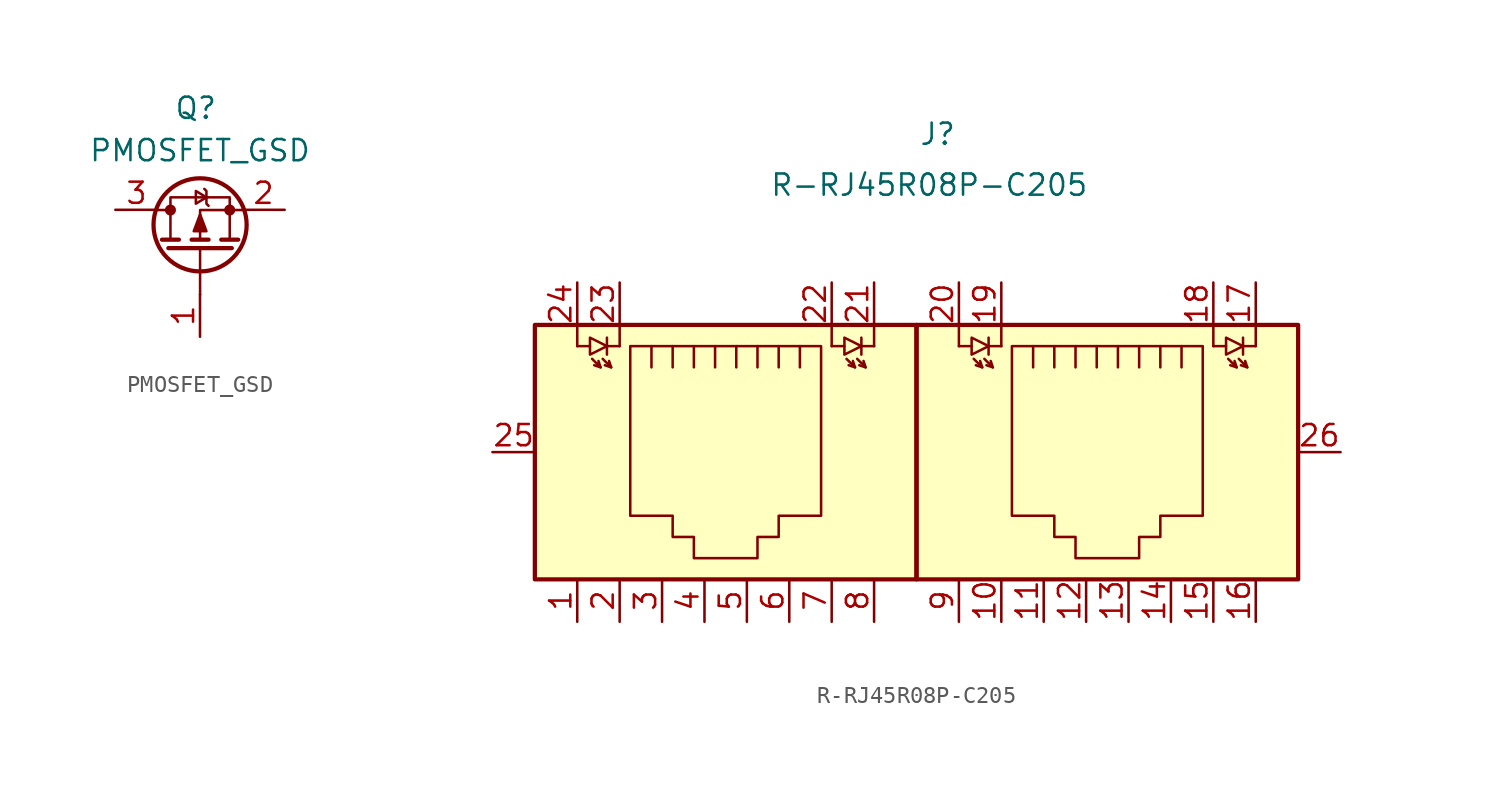
<source format=kicad_sym>
(kicad_symbol_lib
  (version 20241209)
  (generator "kicad_symbol_editor")
  (generator_version "9.0")
  (symbol "PMOSFET_GSD"
    (pin_names
      (hide yes))
    (property "Reference" "Q"
      (at -0.254 4.826 0)
      (effects (font (size 1.27 1.27))))
    (property "Value" "PMOSFET_GSD"
      (at 0 2.286 0)
      (effects (font (size 1.27 1.27))))
    (symbol "PMOSFET_GSD_0_1"
      (polyline (pts (xy -2.535 -1.285) (xy -1.773 -1.285)) (stroke (width 0) (type default)) (fill (type none)))
      (polyline (pts (xy -2.281 -3.063) (xy -1.265 -3.063)) (stroke (width 0.254) (type default)) (fill (type none)))
      (polyline (pts (xy -1.9 -3.571) (xy 1.91 -3.571)) (stroke (width 0.254) (type default)) (fill (type none)))
      (circle (center -1.773 -1.285) (radius 0.254) (stroke (width 0) (type default)) (fill (type outline)))
      (polyline (pts (xy -1.773 -3.063) (xy -1.773 -0.523) (xy 1.783 -0.523) (xy 1.783 -3.063)) (stroke (width 0) (type default)) (fill (type none)))
      (polyline (pts (xy -0.503 -3.063) (xy 0.513 -3.063)) (stroke (width 0.254) (type default)) (fill (type none)))
      (polyline (pts (xy 0.005 -1.539) (xy -0.376 -2.555) (xy 0.386 -2.555) (xy 0.005 -1.539)) (stroke (width 0) (type default)) (fill (type outline)))
      (circle (center 0.005 -2.174) (radius 2.794) (stroke (width 0.254) (type default)) (fill (type none)))
      (polyline (pts (xy 0.005 -3.571) (xy 0.005 -6.365)) (stroke (width 0) (type default)) (fill (type none)))
      (polyline (pts (xy 0.386 -0.523) (xy -0.249 -0.904) (xy -0.249 -0.142) (xy 0.386 -0.523)) (stroke (width 0) (type default)) (fill (type none)))
      (polyline (pts (xy 0.513 -1.031) (xy 0.386 -0.904) (xy 0.386 -0.142) (xy 0.259 -0.015)) (stroke (width 0) (type default)) (fill (type none)))
      (polyline (pts (xy 1.275 -3.063) (xy 2.291 -3.063)) (stroke (width 0.254) (type default)) (fill (type none)))
      (circle (center 1.783 -1.285) (radius 0.254) (stroke (width 0) (type default)) (fill (type outline)))
      (polyline (pts (xy 2.545 -1.285) (xy 0.005 -1.285) (xy 0.005 -3.063)) (stroke (width 0) (type default)) (fill (type none))))
    (symbol "PMOSFET_GSD_1_1"
      (pin passive line (at -5.08 -1.27 0) (length 2.54) (name "D" (effects (font (size 1.27 1.27)))) (number "3" (effects (font (size 1.27 1.27)))))
      (pin input line (at 0 -8.89 90) (length 2.54) (name "G" (effects (font (size 1.27 1.27)))) (number "1" (effects (font (size 1.27 1.27)))))
      (pin passive line (at 5.08 -1.27 180) (length 2.54) (name "S" (effects (font (size 1.27 1.27)))) (number "2" (effects (font (size 1.27 1.27)))))))
  (symbol "R-RJ45R08P-C205"
    (pin_names
      (hide yes))
    (property "Reference" "J"
      (at 0 0 0)
      (effects (font (size 1.27 1.27))))
    (property "Value" "R-RJ45R08P-C205"
      (at -0.508 -3.048 0)
      (effects (font (size 1.27 1.27))))
    (symbol "R-RJ45R08P-C205_0_1"
      (polyline (pts (xy -21.59 -11.43) (xy -21.59 -12.7)) (stroke (width 0) (type default)) (fill (type none)))
      (polyline (pts (xy -21.59 -12.7) (xy -20.828 -12.7)) (stroke (width 0) (type default)) (fill (type none)))
      (polyline (pts (xy -20.701 -13.462) (xy -20.193 -13.97) (xy -20.32 -13.589)) (stroke (width 0) (type default)) (fill (type none)))
      (polyline (pts (xy -20.193 -13.97) (xy -20.574 -13.843)) (stroke (width 0) (type default)) (fill (type none)))
      (polyline (pts (xy -20.066 -13.462) (xy -19.558 -13.97) (xy -19.685 -13.589)) (stroke (width 0) (type default)) (fill (type none)))
      (polyline (pts (xy -19.812 -12.192) (xy -19.812 -13.208)) (stroke (width 0) (type default)) (fill (type none)))
      (polyline (pts (xy -19.812 -12.7) (xy -20.828 -12.192) (xy -20.828 -13.208) (xy -19.812 -12.7)) (stroke (width 0) (type default)) (fill (type none)))
      (polyline (pts (xy -19.558 -13.97) (xy -19.939 -13.843)) (stroke (width 0) (type default)) (fill (type none)))
      (polyline (pts (xy -19.05 -11.43) (xy -19.05 -12.7)) (stroke (width 0) (type default)) (fill (type none)))
      (polyline (pts (xy -19.05 -12.7) (xy -19.812 -12.7)) (stroke (width 0) (type default)) (fill (type none)))
      (polyline (pts (xy -18.415 -12.7) (xy -6.985 -12.7) (xy -6.985 -22.86) (xy -9.525 -22.86) (xy -9.525 -24.13) (xy -10.795 -24.13) (xy -10.795 -25.4) (xy -14.605 -25.4) (xy -14.605 -24.13) (xy -15.875 -24.13) (xy -15.875 -22.86) (xy -18.415 -22.86) (xy -18.415 -12.7) (xy -18.415 -12.7)) (stroke (width 0) (type default)) (fill (type none)))
      (polyline (pts (xy -17.145 -12.7) (xy -17.145 -13.97) (xy -17.145 -13.97)) (stroke (width 0) (type default)) (fill (type none)))
      (polyline (pts (xy -15.875 -12.7) (xy -15.875 -13.97) (xy -15.875 -13.97)) (stroke (width 0) (type default)) (fill (type none)))
      (polyline (pts (xy -14.605 -12.7) (xy -14.605 -13.97) (xy -14.605 -13.97)) (stroke (width 0) (type default)) (fill (type none)))
      (polyline (pts (xy -13.335 -12.7) (xy -13.335 -13.97) (xy -13.335 -13.97)) (stroke (width 0) (type default)) (fill (type none)))
      (polyline (pts (xy -12.065 -12.7) (xy -12.065 -13.97) (xy -12.065 -13.97)) (stroke (width 0) (type default)) (fill (type none)))
      (polyline (pts (xy -10.795 -13.97) (xy -10.795 -12.7) (xy -10.795 -12.7)) (stroke (width 0) (type default)) (fill (type none)))
      (polyline (pts (xy -9.525 -13.97) (xy -9.525 -12.7)) (stroke (width 0) (type default)) (fill (type none)))
      (polyline (pts (xy -8.255 -13.97) (xy -8.255 -12.7)) (stroke (width 0) (type default)) (fill (type none)))
      (polyline (pts (xy -6.35 -11.43) (xy -6.35 -12.7)) (stroke (width 0) (type default)) (fill (type none)))
      (polyline (pts (xy -6.35 -12.7) (xy -5.588 -12.7)) (stroke (width 0) (type default)) (fill (type none)))
      (polyline (pts (xy -5.461 -13.462) (xy -4.953 -13.97) (xy -5.08 -13.589)) (stroke (width 0) (type default)) (fill (type none)))
      (polyline (pts (xy -4.953 -13.97) (xy -5.334 -13.843)) (stroke (width 0) (type default)) (fill (type none)))
      (polyline (pts (xy -4.826 -13.462) (xy -4.318 -13.97) (xy -4.445 -13.589)) (stroke (width 0) (type default)) (fill (type none)))
      (polyline (pts (xy -4.572 -12.192) (xy -4.572 -13.208)) (stroke (width 0) (type default)) (fill (type none)))
      (polyline (pts (xy -4.572 -12.7) (xy -5.588 -12.192) (xy -5.588 -13.208) (xy -4.572 -12.7)) (stroke (width 0) (type default)) (fill (type none)))
      (polyline (pts (xy -4.318 -13.97) (xy -4.699 -13.843)) (stroke (width 0) (type default)) (fill (type none)))
      (polyline (pts (xy -3.81 -11.43) (xy -3.81 -12.7)) (stroke (width 0) (type default)) (fill (type none)))
      (polyline (pts (xy -3.81 -12.7) (xy -4.572 -12.7)) (stroke (width 0) (type default)) (fill (type none)))
      (rectangle (start -1.27 -11.43) (end 21.59 -26.67) (stroke (width 0.254) (type default)) (fill (type background)))
      (rectangle (start -1.27 -26.67) (end -24.13 -11.43) (stroke (width 0.254) (type default)) (fill (type background)))
      (polyline (pts (xy 1.27 -11.43) (xy 1.27 -12.7)) (stroke (width 0) (type default)) (fill (type none)))
      (polyline (pts (xy 1.27 -12.7) (xy 2.032 -12.7)) (stroke (width 0) (type default)) (fill (type none)))
      (polyline (pts (xy 2.159 -13.462) (xy 2.667 -13.97) (xy 2.54 -13.589)) (stroke (width 0) (type default)) (fill (type none)))
      (polyline (pts (xy 2.667 -13.97) (xy 2.286 -13.843)) (stroke (width 0) (type default)) (fill (type none)))
      (polyline (pts (xy 2.794 -13.462) (xy 3.302 -13.97) (xy 3.175 -13.589)) (stroke (width 0) (type default)) (fill (type none)))
      (polyline (pts (xy 3.048 -12.192) (xy 3.048 -13.208)) (stroke (width 0) (type default)) (fill (type none)))
      (polyline (pts (xy 3.048 -12.7) (xy 2.032 -12.192) (xy 2.032 -13.208) (xy 3.048 -12.7)) (stroke (width 0) (type default)) (fill (type none)))
      (polyline (pts (xy 3.302 -13.97) (xy 2.921 -13.843)) (stroke (width 0) (type default)) (fill (type none)))
      (polyline (pts (xy 3.81 -11.43) (xy 3.81 -12.7)) (stroke (width 0) (type default)) (fill (type none)))
      (polyline (pts (xy 3.81 -12.7) (xy 3.048 -12.7)) (stroke (width 0) (type default)) (fill (type none)))
      (polyline (pts (xy 4.445 -12.7) (xy 15.875 -12.7) (xy 15.875 -22.86) (xy 13.335 -22.86) (xy 13.335 -24.13) (xy 12.065 -24.13) (xy 12.065 -25.4) (xy 8.255 -25.4) (xy 8.255 -24.13) (xy 6.985 -24.13) (xy 6.985 -22.86) (xy 4.445 -22.86) (xy 4.445 -12.7) (xy 4.445 -12.7)) (stroke (width 0) (type default)) (fill (type none)))
      (polyline (pts (xy 5.715 -12.7) (xy 5.715 -13.97) (xy 5.715 -13.97)) (stroke (width 0) (type default)) (fill (type none)))
      (polyline (pts (xy 6.985 -12.7) (xy 6.985 -13.97) (xy 6.985 -13.97)) (stroke (width 0) (type default)) (fill (type none)))
      (polyline (pts (xy 8.255 -12.7) (xy 8.255 -13.97) (xy 8.255 -13.97)) (stroke (width 0) (type default)) (fill (type none)))
      (polyline (pts (xy 9.525 -12.7) (xy 9.525 -13.97) (xy 9.525 -13.97)) (stroke (width 0) (type default)) (fill (type none)))
      (polyline (pts (xy 10.795 -12.7) (xy 10.795 -13.97) (xy 10.795 -13.97)) (stroke (width 0) (type default)) (fill (type none)))
      (polyline (pts (xy 12.065 -13.97) (xy 12.065 -12.7) (xy 12.065 -12.7)) (stroke (width 0) (type default)) (fill (type none)))
      (polyline (pts (xy 13.335 -13.97) (xy 13.335 -12.7)) (stroke (width 0) (type default)) (fill (type none)))
      (polyline (pts (xy 14.605 -13.97) (xy 14.605 -12.7)) (stroke (width 0) (type default)) (fill (type none)))
      (polyline (pts (xy 16.51 -11.43) (xy 16.51 -12.7)) (stroke (width 0) (type default)) (fill (type none)))
      (polyline (pts (xy 16.51 -12.7) (xy 17.272 -12.7)) (stroke (width 0) (type default)) (fill (type none)))
      (polyline (pts (xy 17.399 -13.462) (xy 17.907 -13.97) (xy 17.78 -13.589)) (stroke (width 0) (type default)) (fill (type none)))
      (polyline (pts (xy 17.907 -13.97) (xy 17.526 -13.843)) (stroke (width 0) (type default)) (fill (type none)))
      (polyline (pts (xy 18.034 -13.462) (xy 18.542 -13.97) (xy 18.415 -13.589)) (stroke (width 0) (type default)) (fill (type none)))
      (polyline (pts (xy 18.288 -12.192) (xy 18.288 -13.208)) (stroke (width 0) (type default)) (fill (type none)))
      (polyline (pts (xy 18.288 -12.7) (xy 17.272 -12.192) (xy 17.272 -13.208) (xy 18.288 -12.7)) (stroke (width 0) (type default)) (fill (type none)))
      (polyline (pts (xy 18.542 -13.97) (xy 18.161 -13.843)) (stroke (width 0) (type default)) (fill (type none)))
      (polyline (pts (xy 19.05 -11.43) (xy 19.05 -12.7)) (stroke (width 0) (type default)) (fill (type none)))
      (polyline (pts (xy 19.05 -12.7) (xy 18.288 -12.7)) (stroke (width 0) (type default)) (fill (type none))))
    (symbol "R-RJ45R08P-C205_1_1"
      (pin input line (at -26.67 -19.05 0) (length 2.54) (name "pin25" (effects (font (size 1.27 1.27)))) (number "25" (effects (font (size 1.27 1.27)))))
      (pin input line (at -21.59 -8.89 270) (length 2.54) (name "pin24" (effects (font (size 1.27 1.27)))) (number "24" (effects (font (size 1.27 1.27)))))
      (pin input line (at -21.59 -29.21 90) (length 2.54) (name "pin1" (effects (font (size 1.27 1.27)))) (number "1" (effects (font (size 1.27 1.27)))))
      (pin input line (at -19.05 -8.89 270) (length 2.54) (name "pin23" (effects (font (size 1.27 1.27)))) (number "23" (effects (font (size 1.27 1.27)))))
      (pin input line (at -19.05 -29.21 90) (length 2.54) (name "pin2" (effects (font (size 1.27 1.27)))) (number "2" (effects (font (size 1.27 1.27)))))
      (pin input line (at -16.51 -29.21 90) (length 2.54) (name "pin3" (effects (font (size 1.27 1.27)))) (number "3" (effects (font (size 1.27 1.27)))))
      (pin input line (at -13.97 -29.21 90) (length 2.54) (name "pin4" (effects (font (size 1.27 1.27)))) (number "4" (effects (font (size 1.27 1.27)))))
      (pin input line (at -11.43 -29.21 90) (length 2.54) (name "pin5" (effects (font (size 1.27 1.27)))) (number "5" (effects (font (size 1.27 1.27)))))
      (pin input line (at -8.89 -29.21 90) (length 2.54) (name "pin6" (effects (font (size 1.27 1.27)))) (number "6" (effects (font (size 1.27 1.27)))))
      (pin input line (at -6.35 -8.89 270) (length 2.54) (name "pin22" (effects (font (size 1.27 1.27)))) (number "22" (effects (font (size 1.27 1.27)))))
      (pin input line (at -6.35 -29.21 90) (length 2.54) (name "pin7" (effects (font (size 1.27 1.27)))) (number "7" (effects (font (size 1.27 1.27)))))
      (pin input line (at -3.81 -8.89 270) (length 2.54) (name "pin21" (effects (font (size 1.27 1.27)))) (number "21" (effects (font (size 1.27 1.27)))))
      (pin input line (at -3.81 -29.21 90) (length 2.54) (name "pin8" (effects (font (size 1.27 1.27)))) (number "8" (effects (font (size 1.27 1.27)))))
      (pin input line (at 1.27 -8.89 270) (length 2.54) (name "pin20" (effects (font (size 1.27 1.27)))) (number "20" (effects (font (size 1.27 1.27)))))
      (pin input line (at 1.27 -29.21 90) (length 2.54) (name "pin9" (effects (font (size 1.27 1.27)))) (number "9" (effects (font (size 1.27 1.27)))))
      (pin input line (at 3.81 -8.89 270) (length 2.54) (name "pin19" (effects (font (size 1.27 1.27)))) (number "19" (effects (font (size 1.27 1.27)))))
      (pin input line (at 3.81 -29.21 90) (length 2.54) (name "pin10" (effects (font (size 1.27 1.27)))) (number "10" (effects (font (size 1.27 1.27)))))
      (pin input line (at 6.35 -29.21 90) (length 2.54) (name "pin11" (effects (font (size 1.27 1.27)))) (number "11" (effects (font (size 1.27 1.27)))))
      (pin input line (at 8.89 -29.21 90) (length 2.54) (name "pin12" (effects (font (size 1.27 1.27)))) (number "12" (effects (font (size 1.27 1.27)))))
      (pin input line (at 11.43 -29.21 90) (length 2.54) (name "pin13" (effects (font (size 1.27 1.27)))) (number "13" (effects (font (size 1.27 1.27)))))
      (pin input line (at 13.97 -29.21 90) (length 2.54) (name "pin14" (effects (font (size 1.27 1.27)))) (number "14" (effects (font (size 1.27 1.27)))))
      (pin input line (at 16.51 -8.89 270) (length 2.54) (name "pin18" (effects (font (size 1.27 1.27)))) (number "18" (effects (font (size 1.27 1.27)))))
      (pin input line (at 16.51 -29.21 90) (length 2.54) (name "pin15" (effects (font (size 1.27 1.27)))) (number "15" (effects (font (size 1.27 1.27)))))
      (pin input line (at 19.05 -8.89 270) (length 2.54) (name "pin17" (effects (font (size 1.27 1.27)))) (number "17" (effects (font (size 1.27 1.27)))))
      (pin input line (at 19.05 -29.21 90) (length 2.54) (name "pin16" (effects (font (size 1.27 1.27)))) (number "16" (effects (font (size 1.27 1.27)))))
      (pin input line (at 24.13 -19.05 180) (length 2.54) (name "pin26" (effects (font (size 1.27 1.27)))) (number "26" (effects (font (size 1.27 1.27))))))))
</source>
